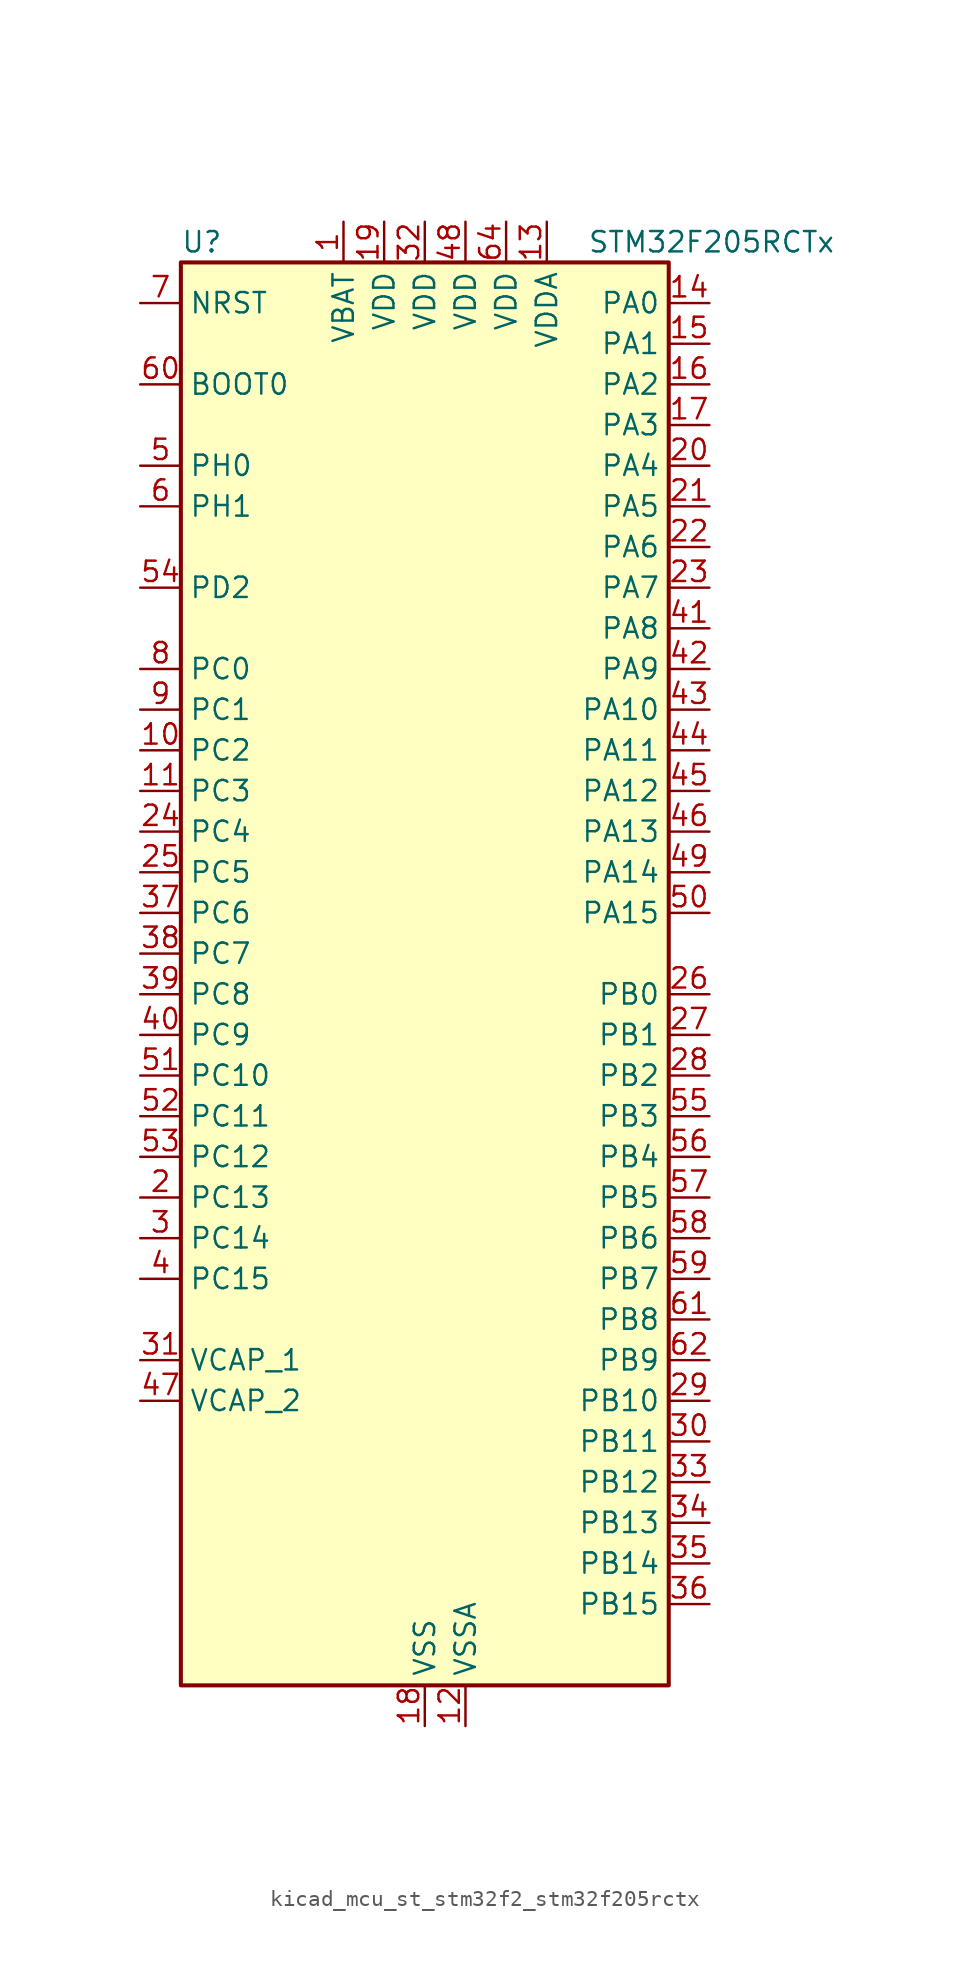
<source format=kicad_sym>
(kicad_symbol_lib
  (version 20220914)
  (generator kicad_symbol_editor)
  (symbol "kicad_mcu_st_stm32f2_stm32f205rctx"
    (property "Reference" "U"
      (at -15.24 46.99 0)
      (effects (font (size 1.27 1.27)) (justify left)))
    (property "Value" "STM32F205RCTx"
      (at 10.16 46.99 0)
      (effects (font (size 1.27 1.27)) (justify left)))
    (property "ki_locked" ""
      (at 0 0 0)
      (effects (font (size 1.27 1.27))))
    (symbol "kicad_mcu_st_stm32f2_stm32f205rctx_0_1"
      (rectangle (start -15.24 -43.18) (end 15.24 45.72) (stroke (width 0.254) (type default)) (fill (type background))))
    (symbol "kicad_mcu_st_stm32f2_stm32f205rctx_1_1"
      (pin power_in line (at -5.08 48.26 270) (length 2.54) (name "VBAT" (effects (font (size 1.27 1.27)))) (number "1" (effects (font (size 1.27 1.27)))))
      (pin bidirectional line (at -17.78 15.24 0) (length 2.54) (name "PC2" (effects (font (size 1.27 1.27)))) (number "10" (effects (font (size 1.27 1.27)))) (alternate "ADC1_IN12" bidirectional line) (alternate "ADC2_IN12" bidirectional line) (alternate "ADC3_IN12" bidirectional line) (alternate "SPI2_MISO" bidirectional line) (alternate "USB_OTG_HS_ULPI_DIR" bidirectional line))
      (pin bidirectional line (at -17.78 12.7 0) (length 2.54) (name "PC3" (effects (font (size 1.27 1.27)))) (number "11" (effects (font (size 1.27 1.27)))) (alternate "ADC1_IN13" bidirectional line) (alternate "ADC2_IN13" bidirectional line) (alternate "ADC3_IN13" bidirectional line) (alternate "I2S2_SD" bidirectional line) (alternate "SPI2_MOSI" bidirectional line) (alternate "USB_OTG_HS_ULPI_NXT" bidirectional line))
      (pin power_in line (at 2.54 -45.72 90) (length 2.54) (name "VSSA" (effects (font (size 1.27 1.27)))) (number "12" (effects (font (size 1.27 1.27)))))
      (pin power_in line (at 7.62 48.26 270) (length 2.54) (name "VDDA" (effects (font (size 1.27 1.27)))) (number "13" (effects (font (size 1.27 1.27)))))
      (pin bidirectional line (at 17.78 43.18 180) (length 2.54) (name "PA0" (effects (font (size 1.27 1.27)))) (number "14" (effects (font (size 1.27 1.27)))) (alternate "ADC1_IN0" bidirectional line) (alternate "ADC2_IN0" bidirectional line) (alternate "ADC3_IN0" bidirectional line) (alternate "SYS_WKUP" bidirectional line) (alternate "TIM2_CH1" bidirectional line) (alternate "TIM2_ETR" bidirectional line) (alternate "TIM5_CH1" bidirectional line) (alternate "TIM8_ETR" bidirectional line) (alternate "UART4_TX" bidirectional line) (alternate "USART2_CTS" bidirectional line))
      (pin bidirectional line (at 17.78 40.64 180) (length 2.54) (name "PA1" (effects (font (size 1.27 1.27)))) (number "15" (effects (font (size 1.27 1.27)))) (alternate "ADC1_IN1" bidirectional line) (alternate "ADC2_IN1" bidirectional line) (alternate "ADC3_IN1" bidirectional line) (alternate "TIM2_CH2" bidirectional line) (alternate "TIM5_CH2" bidirectional line) (alternate "UART4_RX" bidirectional line) (alternate "USART2_RTS" bidirectional line))
      (pin bidirectional line (at 17.78 38.1 180) (length 2.54) (name "PA2" (effects (font (size 1.27 1.27)))) (number "16" (effects (font (size 1.27 1.27)))) (alternate "ADC1_IN2" bidirectional line) (alternate "ADC2_IN2" bidirectional line) (alternate "ADC3_IN2" bidirectional line) (alternate "TIM2_CH3" bidirectional line) (alternate "TIM5_CH3" bidirectional line) (alternate "TIM9_CH1" bidirectional line) (alternate "USART2_TX" bidirectional line))
      (pin bidirectional line (at 17.78 35.56 180) (length 2.54) (name "PA3" (effects (font (size 1.27 1.27)))) (number "17" (effects (font (size 1.27 1.27)))) (alternate "ADC1_IN3" bidirectional line) (alternate "ADC2_IN3" bidirectional line) (alternate "ADC3_IN3" bidirectional line) (alternate "TIM2_CH4" bidirectional line) (alternate "TIM5_CH4" bidirectional line) (alternate "TIM9_CH2" bidirectional line) (alternate "USART2_RX" bidirectional line) (alternate "USB_OTG_HS_ULPI_D0" bidirectional line))
      (pin power_in line (at 0 -45.72 90) (length 2.54) (name "VSS" (effects (font (size 1.27 1.27)))) (number "18" (effects (font (size 1.27 1.27)))))
      (pin power_in line (at -2.54 48.26 270) (length 2.54) (name "VDD" (effects (font (size 1.27 1.27)))) (number "19" (effects (font (size 1.27 1.27)))))
      (pin bidirectional line (at -17.78 -12.7 0) (length 2.54) (name "PC13" (effects (font (size 1.27 1.27)))) (number "2" (effects (font (size 1.27 1.27)))) (alternate "RTC_AF1" bidirectional line))
      (pin bidirectional line (at 17.78 33.02 180) (length 2.54) (name "PA4" (effects (font (size 1.27 1.27)))) (number "20" (effects (font (size 1.27 1.27)))) (alternate "ADC1_IN4" bidirectional line) (alternate "ADC2_IN4" bidirectional line) (alternate "DAC_OUT1" bidirectional line) (alternate "I2S3_WS" bidirectional line) (alternate "SPI1_NSS" bidirectional line) (alternate "SPI3_NSS" bidirectional line) (alternate "USART2_CK" bidirectional line) (alternate "USB_OTG_HS_SOF" bidirectional line))
      (pin bidirectional line (at 17.78 30.48 180) (length 2.54) (name "PA5" (effects (font (size 1.27 1.27)))) (number "21" (effects (font (size 1.27 1.27)))) (alternate "ADC1_IN5" bidirectional line) (alternate "ADC2_IN5" bidirectional line) (alternate "DAC_OUT2" bidirectional line) (alternate "SPI1_SCK" bidirectional line) (alternate "TIM2_CH1" bidirectional line) (alternate "TIM2_ETR" bidirectional line) (alternate "TIM8_CH1N" bidirectional line) (alternate "USB_OTG_HS_ULPI_CK" bidirectional line))
      (pin bidirectional line (at 17.78 27.94 180) (length 2.54) (name "PA6" (effects (font (size 1.27 1.27)))) (number "22" (effects (font (size 1.27 1.27)))) (alternate "ADC1_IN6" bidirectional line) (alternate "ADC2_IN6" bidirectional line) (alternate "SPI1_MISO" bidirectional line) (alternate "TIM13_CH1" bidirectional line) (alternate "TIM1_BKIN" bidirectional line) (alternate "TIM3_CH1" bidirectional line) (alternate "TIM8_BKIN" bidirectional line))
      (pin bidirectional line (at 17.78 25.4 180) (length 2.54) (name "PA7" (effects (font (size 1.27 1.27)))) (number "23" (effects (font (size 1.27 1.27)))) (alternate "ADC1_IN7" bidirectional line) (alternate "ADC2_IN7" bidirectional line) (alternate "SPI1_MOSI" bidirectional line) (alternate "TIM14_CH1" bidirectional line) (alternate "TIM1_CH1N" bidirectional line) (alternate "TIM3_CH2" bidirectional line) (alternate "TIM8_CH1N" bidirectional line))
      (pin bidirectional line (at -17.78 10.16 0) (length 2.54) (name "PC4" (effects (font (size 1.27 1.27)))) (number "24" (effects (font (size 1.27 1.27)))) (alternate "ADC1_IN14" bidirectional line) (alternate "ADC2_IN14" bidirectional line))
      (pin bidirectional line (at -17.78 7.62 0) (length 2.54) (name "PC5" (effects (font (size 1.27 1.27)))) (number "25" (effects (font (size 1.27 1.27)))) (alternate "ADC1_IN15" bidirectional line) (alternate "ADC2_IN15" bidirectional line))
      (pin bidirectional line (at 17.78 0 180) (length 2.54) (name "PB0" (effects (font (size 1.27 1.27)))) (number "26" (effects (font (size 1.27 1.27)))) (alternate "ADC1_IN8" bidirectional line) (alternate "ADC2_IN8" bidirectional line) (alternate "TIM1_CH2N" bidirectional line) (alternate "TIM3_CH3" bidirectional line) (alternate "TIM8_CH2N" bidirectional line) (alternate "USB_OTG_HS_ULPI_D1" bidirectional line))
      (pin bidirectional line (at 17.78 -2.54 180) (length 2.54) (name "PB1" (effects (font (size 1.27 1.27)))) (number "27" (effects (font (size 1.27 1.27)))) (alternate "ADC1_IN9" bidirectional line) (alternate "ADC2_IN9" bidirectional line) (alternate "TIM1_CH3N" bidirectional line) (alternate "TIM3_CH4" bidirectional line) (alternate "TIM8_CH3N" bidirectional line) (alternate "USB_OTG_HS_ULPI_D2" bidirectional line))
      (pin bidirectional line (at 17.78 -5.08 180) (length 2.54) (name "PB2" (effects (font (size 1.27 1.27)))) (number "28" (effects (font (size 1.27 1.27)))))
      (pin bidirectional line (at 17.78 -25.4 180) (length 2.54) (name "PB10" (effects (font (size 1.27 1.27)))) (number "29" (effects (font (size 1.27 1.27)))) (alternate "I2C2_SCL" bidirectional line) (alternate "I2S2_SCK" bidirectional line) (alternate "SPI2_SCK" bidirectional line) (alternate "TIM2_CH3" bidirectional line) (alternate "USART3_TX" bidirectional line) (alternate "USB_OTG_HS_ULPI_D3" bidirectional line))
      (pin bidirectional line (at -17.78 -15.24 0) (length 2.54) (name "PC14" (effects (font (size 1.27 1.27)))) (number "3" (effects (font (size 1.27 1.27)))) (alternate "RCC_OSC32_IN" bidirectional line))
      (pin bidirectional line (at 17.78 -27.94 180) (length 2.54) (name "PB11" (effects (font (size 1.27 1.27)))) (number "30" (effects (font (size 1.27 1.27)))) (alternate "ADC1_EXTI11" bidirectional line) (alternate "ADC2_EXTI11" bidirectional line) (alternate "ADC3_EXTI11" bidirectional line) (alternate "I2C2_SDA" bidirectional line) (alternate "TIM2_CH4" bidirectional line) (alternate "USART3_RX" bidirectional line) (alternate "USB_OTG_HS_ULPI_D4" bidirectional line))
      (pin power_out line (at -17.78 -22.86 0) (length 2.54) (name "VCAP_1" (effects (font (size 1.27 1.27)))) (number "31" (effects (font (size 1.27 1.27)))))
      (pin power_in line (at 0 48.26 270) (length 2.54) (name "VDD" (effects (font (size 1.27 1.27)))) (number "32" (effects (font (size 1.27 1.27)))))
      (pin bidirectional line (at 17.78 -30.48 180) (length 2.54) (name "PB12" (effects (font (size 1.27 1.27)))) (number "33" (effects (font (size 1.27 1.27)))) (alternate "CAN2_RX" bidirectional line) (alternate "I2C2_SMBA" bidirectional line) (alternate "I2S2_WS" bidirectional line) (alternate "SPI2_NSS" bidirectional line) (alternate "TIM1_BKIN" bidirectional line) (alternate "USART3_CK" bidirectional line) (alternate "USB_OTG_HS_ID" bidirectional line) (alternate "USB_OTG_HS_ULPI_D5" bidirectional line))
      (pin bidirectional line (at 17.78 -33.02 180) (length 2.54) (name "PB13" (effects (font (size 1.27 1.27)))) (number "34" (effects (font (size 1.27 1.27)))) (alternate "CAN2_TX" bidirectional line) (alternate "I2S2_SCK" bidirectional line) (alternate "SPI2_SCK" bidirectional line) (alternate "TIM1_CH1N" bidirectional line) (alternate "USART3_CTS" bidirectional line) (alternate "USB_OTG_HS_ULPI_D6" bidirectional line) (alternate "USB_OTG_HS_VBUS" bidirectional line))
      (pin bidirectional line (at 17.78 -35.56 180) (length 2.54) (name "PB14" (effects (font (size 1.27 1.27)))) (number "35" (effects (font (size 1.27 1.27)))) (alternate "SPI2_MISO" bidirectional line) (alternate "TIM12_CH1" bidirectional line) (alternate "TIM1_CH2N" bidirectional line) (alternate "TIM8_CH2N" bidirectional line) (alternate "USART3_RTS" bidirectional line) (alternate "USB_OTG_HS_DM" bidirectional line))
      (pin bidirectional line (at 17.78 -38.1 180) (length 2.54) (name "PB15" (effects (font (size 1.27 1.27)))) (number "36" (effects (font (size 1.27 1.27)))) (alternate "ADC1_EXTI15" bidirectional line) (alternate "ADC2_EXTI15" bidirectional line) (alternate "ADC3_EXTI15" bidirectional line) (alternate "I2S2_SD" bidirectional line) (alternate "RTC_REFIN" bidirectional line) (alternate "SPI2_MOSI" bidirectional line) (alternate "TIM12_CH2" bidirectional line) (alternate "TIM1_CH3N" bidirectional line) (alternate "TIM8_CH3N" bidirectional line) (alternate "USB_OTG_HS_DP" bidirectional line))
      (pin bidirectional line (at -17.78 5.08 0) (length 2.54) (name "PC6" (effects (font (size 1.27 1.27)))) (number "37" (effects (font (size 1.27 1.27)))) (alternate "I2S2_MCK" bidirectional line) (alternate "SDIO_D6" bidirectional line) (alternate "TIM3_CH1" bidirectional line) (alternate "TIM8_CH1" bidirectional line) (alternate "USART6_TX" bidirectional line))
      (pin bidirectional line (at -17.78 2.54 0) (length 2.54) (name "PC7" (effects (font (size 1.27 1.27)))) (number "38" (effects (font (size 1.27 1.27)))) (alternate "I2S3_MCK" bidirectional line) (alternate "SDIO_D7" bidirectional line) (alternate "TIM3_CH2" bidirectional line) (alternate "TIM8_CH2" bidirectional line) (alternate "USART6_RX" bidirectional line))
      (pin bidirectional line (at -17.78 0 0) (length 2.54) (name "PC8" (effects (font (size 1.27 1.27)))) (number "39" (effects (font (size 1.27 1.27)))) (alternate "SDIO_D0" bidirectional line) (alternate "TIM3_CH3" bidirectional line) (alternate "TIM8_CH3" bidirectional line) (alternate "USART6_CK" bidirectional line))
      (pin bidirectional line (at -17.78 -17.78 0) (length 2.54) (name "PC15" (effects (font (size 1.27 1.27)))) (number "4" (effects (font (size 1.27 1.27)))) (alternate "ADC1_EXTI15" bidirectional line) (alternate "ADC2_EXTI15" bidirectional line) (alternate "ADC3_EXTI15" bidirectional line) (alternate "RCC_OSC32_OUT" bidirectional line))
      (pin bidirectional line (at -17.78 -2.54 0) (length 2.54) (name "PC9" (effects (font (size 1.27 1.27)))) (number "40" (effects (font (size 1.27 1.27)))) (alternate "DAC_EXTI9" bidirectional line) (alternate "I2C3_SDA" bidirectional line) (alternate "I2S_CKIN" bidirectional line) (alternate "RCC_MCO_2" bidirectional line) (alternate "SDIO_D1" bidirectional line) (alternate "TIM3_CH4" bidirectional line) (alternate "TIM8_CH4" bidirectional line))
      (pin bidirectional line (at 17.78 22.86 180) (length 2.54) (name "PA8" (effects (font (size 1.27 1.27)))) (number "41" (effects (font (size 1.27 1.27)))) (alternate "I2C3_SCL" bidirectional line) (alternate "RCC_MCO_1" bidirectional line) (alternate "TIM1_CH1" bidirectional line) (alternate "USART1_CK" bidirectional line) (alternate "USB_OTG_FS_SOF" bidirectional line))
      (pin bidirectional line (at 17.78 20.32 180) (length 2.54) (name "PA9" (effects (font (size 1.27 1.27)))) (number "42" (effects (font (size 1.27 1.27)))) (alternate "DAC_EXTI9" bidirectional line) (alternate "I2C3_SMBA" bidirectional line) (alternate "TIM1_CH2" bidirectional line) (alternate "USART1_TX" bidirectional line) (alternate "USB_OTG_FS_VBUS" bidirectional line))
      (pin bidirectional line (at 17.78 17.78 180) (length 2.54) (name "PA10" (effects (font (size 1.27 1.27)))) (number "43" (effects (font (size 1.27 1.27)))) (alternate "TIM1_CH3" bidirectional line) (alternate "USART1_RX" bidirectional line) (alternate "USB_OTG_FS_ID" bidirectional line))
      (pin bidirectional line (at 17.78 15.24 180) (length 2.54) (name "PA11" (effects (font (size 1.27 1.27)))) (number "44" (effects (font (size 1.27 1.27)))) (alternate "ADC1_EXTI11" bidirectional line) (alternate "ADC2_EXTI11" bidirectional line) (alternate "ADC3_EXTI11" bidirectional line) (alternate "CAN1_RX" bidirectional line) (alternate "TIM1_CH4" bidirectional line) (alternate "USART1_CTS" bidirectional line) (alternate "USB_OTG_FS_DM" bidirectional line))
      (pin bidirectional line (at 17.78 12.7 180) (length 2.54) (name "PA12" (effects (font (size 1.27 1.27)))) (number "45" (effects (font (size 1.27 1.27)))) (alternate "CAN1_TX" bidirectional line) (alternate "TIM1_ETR" bidirectional line) (alternate "USART1_RTS" bidirectional line) (alternate "USB_OTG_FS_DP" bidirectional line))
      (pin bidirectional line (at 17.78 10.16 180) (length 2.54) (name "PA13" (effects (font (size 1.27 1.27)))) (number "46" (effects (font (size 1.27 1.27)))) (alternate "SYS_JTMS-SWDIO" bidirectional line))
      (pin power_out line (at -17.78 -25.4 0) (length 2.54) (name "VCAP_2" (effects (font (size 1.27 1.27)))) (number "47" (effects (font (size 1.27 1.27)))))
      (pin power_in line (at 2.54 48.26 270) (length 2.54) (name "VDD" (effects (font (size 1.27 1.27)))) (number "48" (effects (font (size 1.27 1.27)))))
      (pin bidirectional line (at 17.78 7.62 180) (length 2.54) (name "PA14" (effects (font (size 1.27 1.27)))) (number "49" (effects (font (size 1.27 1.27)))) (alternate "SYS_JTCK-SWCLK" bidirectional line))
      (pin bidirectional line (at -17.78 33.02 0) (length 2.54) (name "PH0" (effects (font (size 1.27 1.27)))) (number "5" (effects (font (size 1.27 1.27)))) (alternate "RCC_OSC_IN" bidirectional line))
      (pin bidirectional line (at 17.78 5.08 180) (length 2.54) (name "PA15" (effects (font (size 1.27 1.27)))) (number "50" (effects (font (size 1.27 1.27)))) (alternate "ADC1_EXTI15" bidirectional line) (alternate "ADC2_EXTI15" bidirectional line) (alternate "ADC3_EXTI15" bidirectional line) (alternate "I2S3_WS" bidirectional line) (alternate "SPI1_NSS" bidirectional line) (alternate "SPI3_NSS" bidirectional line) (alternate "SYS_JTDI" bidirectional line) (alternate "TIM2_CH1" bidirectional line) (alternate "TIM2_ETR" bidirectional line))
      (pin bidirectional line (at -17.78 -5.08 0) (length 2.54) (name "PC10" (effects (font (size 1.27 1.27)))) (number "51" (effects (font (size 1.27 1.27)))) (alternate "I2S3_SCK" bidirectional line) (alternate "SDIO_D2" bidirectional line) (alternate "SPI3_SCK" bidirectional line) (alternate "UART4_TX" bidirectional line) (alternate "USART3_TX" bidirectional line))
      (pin bidirectional line (at -17.78 -7.62 0) (length 2.54) (name "PC11" (effects (font (size 1.27 1.27)))) (number "52" (effects (font (size 1.27 1.27)))) (alternate "ADC1_EXTI11" bidirectional line) (alternate "ADC2_EXTI11" bidirectional line) (alternate "ADC3_EXTI11" bidirectional line) (alternate "SDIO_D3" bidirectional line) (alternate "SPI3_MISO" bidirectional line) (alternate "UART4_RX" bidirectional line) (alternate "USART3_RX" bidirectional line))
      (pin bidirectional line (at -17.78 -10.16 0) (length 2.54) (name "PC12" (effects (font (size 1.27 1.27)))) (number "53" (effects (font (size 1.27 1.27)))) (alternate "I2S3_SD" bidirectional line) (alternate "SDIO_CK" bidirectional line) (alternate "SPI3_MOSI" bidirectional line) (alternate "UART5_TX" bidirectional line) (alternate "USART3_CK" bidirectional line))
      (pin bidirectional line (at -17.78 25.4 0) (length 2.54) (name "PD2" (effects (font (size 1.27 1.27)))) (number "54" (effects (font (size 1.27 1.27)))) (alternate "SDIO_CMD" bidirectional line) (alternate "TIM3_ETR" bidirectional line) (alternate "UART5_RX" bidirectional line))
      (pin bidirectional line (at 17.78 -7.62 180) (length 2.54) (name "PB3" (effects (font (size 1.27 1.27)))) (number "55" (effects (font (size 1.27 1.27)))) (alternate "I2S3_SCK" bidirectional line) (alternate "SPI1_SCK" bidirectional line) (alternate "SPI3_SCK" bidirectional line) (alternate "SYS_JTDO-SWO" bidirectional line) (alternate "TIM2_CH2" bidirectional line))
      (pin bidirectional line (at 17.78 -10.16 180) (length 2.54) (name "PB4" (effects (font (size 1.27 1.27)))) (number "56" (effects (font (size 1.27 1.27)))) (alternate "SPI1_MISO" bidirectional line) (alternate "SPI3_MISO" bidirectional line) (alternate "SYS_JTRST" bidirectional line) (alternate "TIM3_CH1" bidirectional line))
      (pin bidirectional line (at 17.78 -12.7 180) (length 2.54) (name "PB5" (effects (font (size 1.27 1.27)))) (number "57" (effects (font (size 1.27 1.27)))) (alternate "CAN2_RX" bidirectional line) (alternate "I2C1_SMBA" bidirectional line) (alternate "I2S3_SD" bidirectional line) (alternate "SPI1_MOSI" bidirectional line) (alternate "SPI3_MOSI" bidirectional line) (alternate "TIM3_CH2" bidirectional line) (alternate "USB_OTG_HS_ULPI_D7" bidirectional line))
      (pin bidirectional line (at 17.78 -15.24 180) (length 2.54) (name "PB6" (effects (font (size 1.27 1.27)))) (number "58" (effects (font (size 1.27 1.27)))) (alternate "CAN2_TX" bidirectional line) (alternate "I2C1_SCL" bidirectional line) (alternate "TIM4_CH1" bidirectional line) (alternate "USART1_TX" bidirectional line))
      (pin bidirectional line (at 17.78 -17.78 180) (length 2.54) (name "PB7" (effects (font (size 1.27 1.27)))) (number "59" (effects (font (size 1.27 1.27)))) (alternate "I2C1_SDA" bidirectional line) (alternate "TIM4_CH2" bidirectional line) (alternate "USART1_RX" bidirectional line))
      (pin bidirectional line (at -17.78 30.48 0) (length 2.54) (name "PH1" (effects (font (size 1.27 1.27)))) (number "6" (effects (font (size 1.27 1.27)))) (alternate "RCC_OSC_OUT" bidirectional line))
      (pin input line (at -17.78 38.1 0) (length 2.54) (name "BOOT0" (effects (font (size 1.27 1.27)))) (number "60" (effects (font (size 1.27 1.27)))))
      (pin bidirectional line (at 17.78 -20.32 180) (length 2.54) (name "PB8" (effects (font (size 1.27 1.27)))) (number "61" (effects (font (size 1.27 1.27)))) (alternate "CAN1_RX" bidirectional line) (alternate "I2C1_SCL" bidirectional line) (alternate "SDIO_D4" bidirectional line) (alternate "TIM10_CH1" bidirectional line) (alternate "TIM4_CH3" bidirectional line))
      (pin bidirectional line (at 17.78 -22.86 180) (length 2.54) (name "PB9" (effects (font (size 1.27 1.27)))) (number "62" (effects (font (size 1.27 1.27)))) (alternate "CAN1_TX" bidirectional line) (alternate "DAC_EXTI9" bidirectional line) (alternate "I2C1_SDA" bidirectional line) (alternate "I2S2_WS" bidirectional line) (alternate "SDIO_D5" bidirectional line) (alternate "SPI2_NSS" bidirectional line) (alternate "TIM11_CH1" bidirectional line) (alternate "TIM4_CH4" bidirectional line))
      (pin passive line (at 0 -45.72 90) (length 2.54) hide (name "VSS" (effects (font (size 1.27 1.27)))) (number "63" (effects (font (size 1.27 1.27)))))
      (pin power_in line (at 5.08 48.26 270) (length 2.54) (name "VDD" (effects (font (size 1.27 1.27)))) (number "64" (effects (font (size 1.27 1.27)))))
      (pin input line (at -17.78 43.18 0) (length 2.54) (name "NRST" (effects (font (size 1.27 1.27)))) (number "7" (effects (font (size 1.27 1.27)))))
      (pin bidirectional line (at -17.78 20.32 0) (length 2.54) (name "PC0" (effects (font (size 1.27 1.27)))) (number "8" (effects (font (size 1.27 1.27)))) (alternate "ADC1_IN10" bidirectional line) (alternate "ADC2_IN10" bidirectional line) (alternate "ADC3_IN10" bidirectional line) (alternate "USB_OTG_HS_ULPI_STP" bidirectional line))
      (pin bidirectional line (at -17.78 17.78 0) (length 2.54) (name "PC1" (effects (font (size 1.27 1.27)))) (number "9" (effects (font (size 1.27 1.27)))) (alternate "ADC1_IN11" bidirectional line) (alternate "ADC2_IN11" bidirectional line) (alternate "ADC3_IN11" bidirectional line)))))
</source>
